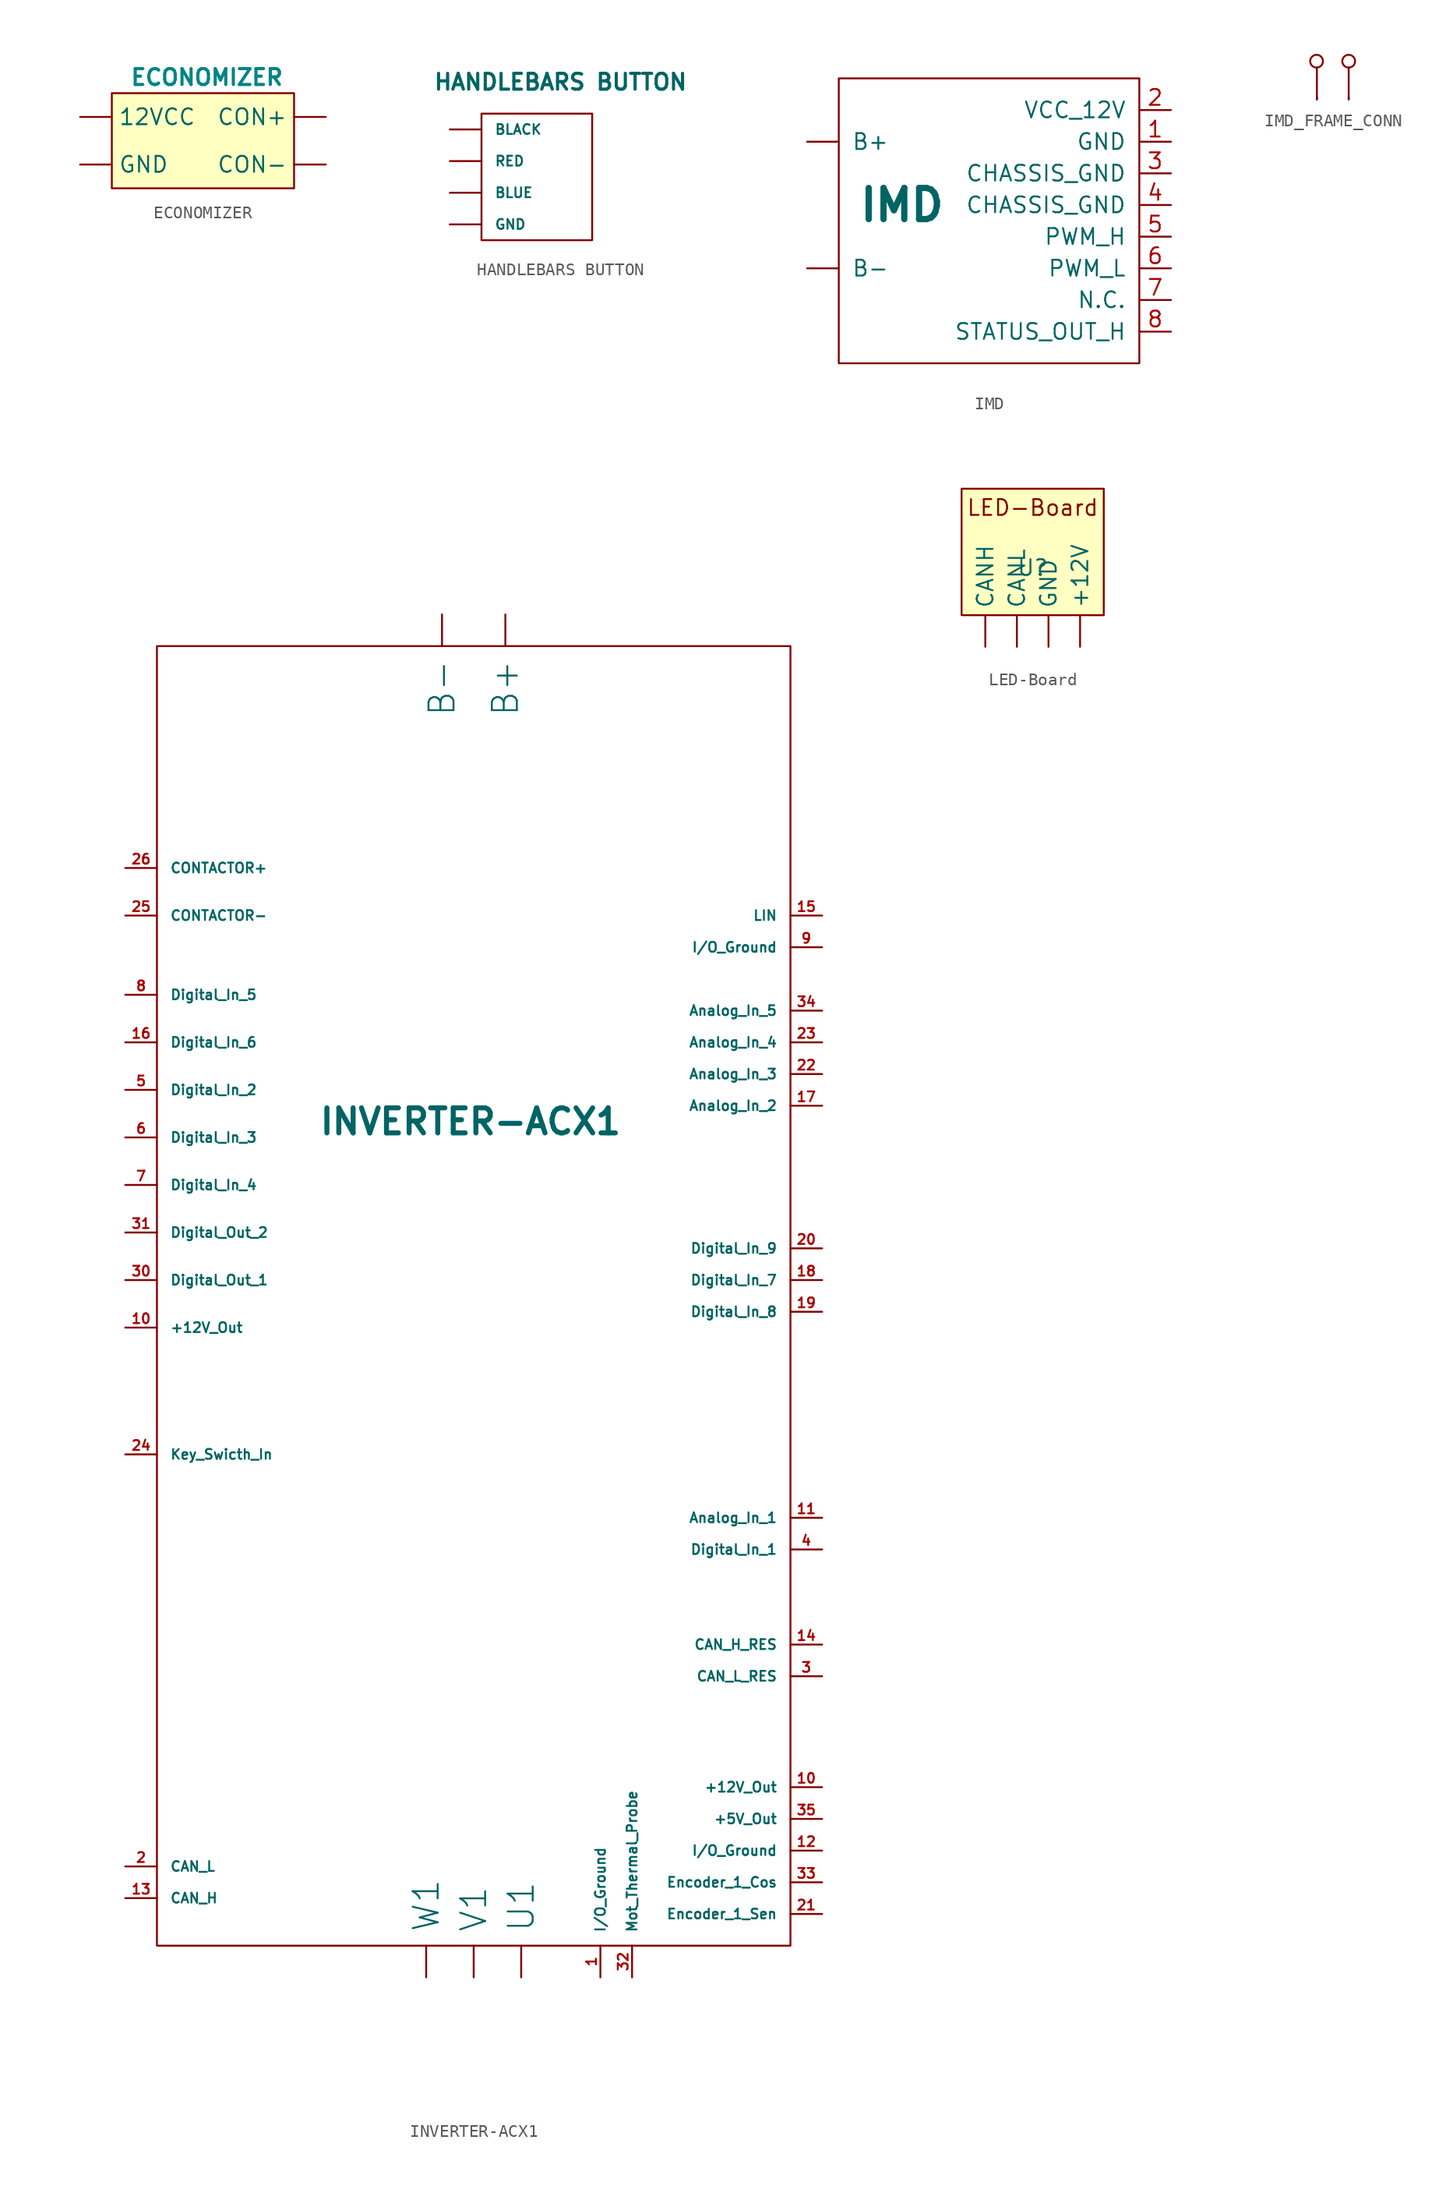
<source format=kicad_sym>
(kicad_symbol_lib
  (version 20231120)
  (generator "kicad_symbol_editor")
  (generator_version "8.0")
  (symbol "ECONOMIZER"
    (property "Reference" "U"
      (at -3.81 0 0)
      (effects (font (size 1.27 1.27)) (hide yes)))
    (property "Value" ""
      (at -3.81 0 0)
      (effects (font (size 1.27 1.27))))
    (symbol "ECONOMIZER_1_1"
      (text "ECONOMIZER" (at 0 5.08 0) (effects (font (size 1.27 1.27) (bold yes) (color 0 132 132 1))))
      (text_box "" (at -7.62 3.81 0) (size 14.605 -7.62) (stroke (width 0) (type default)) (fill (type color) (color 255 255 194 1)) (effects (font (size 1.27 1.27)) (justify left top)))
      (pin passive line (at -10.16 1.905 0) (length 2.54) (name "12VCC" (effects (font (size 1.27 1.27)))) (number "" (effects (font (size 1.27 1.27)))))
      (pin passive line (at 9.525 1.905 180) (length 2.54) (name "CON+" (effects (font (size 1.27 1.27)))) (number "" (effects (font (size 1.27 1.27)))))
      (pin passive line (at 9.525 -1.905 180) (length 2.54) (name "CON-" (effects (font (size 1.27 1.27)))) (number "" (effects (font (size 1.27 1.27)))))
      (pin passive line (at -10.16 -1.905 0) (length 2.54) (name "GND" (effects (font (size 1.27 1.27)))) (number "" (effects (font (size 1.27 1.27)))))))
  (symbol "HANDLEBARS BUTTON"
    (pin_names
      (offset 1.016))
    (property "Reference" "H"
      (at 0 0 0)
      (effects (font (size 1.27 1.27)) (hide yes)))
    (property "Value" "HANDLEBARS BUTTON"
      (at 0 7.62 0)
      (effects (font (size 1.27 1.27) (bold yes))))
    (symbol "HANDLEBARS BUTTON_0_1"
      (rectangle (start -6.35 5.08) (end 2.54 -5.08) (stroke (width 0) (type default)) (fill (type none)))
      (rectangle (start -5.08 -3.81) (end -5.08 -3.81) (stroke (width 0) (type default)) (fill (type none))))
    (symbol "HANDLEBARS BUTTON_1_1"
      (pin input line (at -8.89 3.81 0) (length 2.54) (name "BLACK" (effects (font (size 0.787 0.787)))) (number "" (effects (font (size 0.787 0.787)))))
      (pin input line (at -8.89 -1.27 0) (length 2.54) (name "BLUE" (effects (font (size 0.787 0.787)))) (number "" (effects (font (size 0.787 0.787)))))
      (pin input line (at -8.89 -3.81 0) (length 2.54) (name "GND" (effects (font (size 0.787 0.787)))) (number "" (effects (font (size 0.787 0.787)))))
      (pin input line (at -8.89 1.27 0) (length 2.54) (name "RED" (effects (font (size 0.787 0.787)))) (number "" (effects (font (size 0.787 0.787)))))))
  (symbol "IMD"
    (pin_names
      (offset 1.016))
    (property "Reference" "U"
      (at -0.127 -3.683 0)
      (effects (font (size 1.27 1.27)) (hide yes)))
    (property "Value" "IMD"
      (at -6.35 0 0)
      (effects (font (size 2.5 2.5) (bold yes))))
    (symbol "IMD_0_1"
      (rectangle (start 12.7 10.16) (end -11.43 -12.7) (stroke (width 0) (type default)) (fill (type none))))
    (symbol "IMD_1_1"
      (pin input line (at -13.97 5.08 0) (length 2.54) (name "B+" (effects (font (size 1.27 1.27)))) (number "" (effects (font (size 1.27 1.27)))))
      (pin input line (at -13.97 -5.08 0) (length 2.54) (name "B-" (effects (font (size 1.27 1.27)))) (number "" (effects (font (size 1.27 1.27)))))
      (pin input line (at 15.24 5.08 180) (length 2.54) (name "GND" (effects (font (size 1.27 1.27)))) (number "1" (effects (font (size 1.27 1.27)))))
      (pin input line (at 15.24 7.62 180) (length 2.54) (name "VCC_12V" (effects (font (size 1.27 1.27)))) (number "2" (effects (font (size 1.27 1.27)))))
      (pin input line (at 15.24 2.54 180) (length 2.54) (name "CHASSIS_GND" (effects (font (size 1.27 1.27)))) (number "3" (effects (font (size 1.27 1.27)))))
      (pin input line (at 15.24 0 180) (length 2.54) (name "CHASSIS_GND" (effects (font (size 1.27 1.27)))) (number "4" (effects (font (size 1.27 1.27)))))
      (pin input line (at 15.24 -2.54 180) (length 2.54) (name "PWM_H" (effects (font (size 1.27 1.27)))) (number "5" (effects (font (size 1.27 1.27)))))
      (pin input line (at 15.24 -5.08 180) (length 2.54) (name "PWM_L" (effects (font (size 1.27 1.27)))) (number "6" (effects (font (size 1.27 1.27)))))
      (pin input line (at 15.24 -7.62 180) (length 2.54) (name "N.C." (effects (font (size 1.27 1.27)))) (number "7" (effects (font (size 1.27 1.27)))))
      (pin input line (at 15.24 -10.16 180) (length 2.54) (name "STATUS_OUT_H" (effects (font (size 1.27 1.27)))) (number "8" (effects (font (size 1.27 1.27)))))))
  (symbol "IMD_FRAME_CONN"
    (property "Reference" "U"
      (at -1.27 8.89 0)
      (effects (font (size 1.27 1.27)) (hide yes)))
    (symbol "IMD_FRAME_CONN_0_1"
      (circle (center -1.295 3.048) (radius 0.51) (stroke (width 0) (type default)) (fill (type none)))
      (polyline (pts (xy -1.27 0) (xy -1.27 2.54)) (stroke (width 0) (type default)) (fill (type none)))
      (polyline (pts (xy 1.27 0) (xy 1.27 2.54)) (stroke (width 0) (type default)) (fill (type none)))
      (circle (center 1.27 3.048) (radius 0.51) (stroke (width 0) (type default)) (fill (type none))))
    (symbol "IMD_FRAME_CONN_1_1"
      (pin input line (at -1.27 0 90) (length 0.2) (name "" (effects (font (size 1.27 1.27)))) (number "" (effects (font (size 1.27 1.27)))))
      (pin input line (at 1.27 0 90) (length 0.2) (name "" (effects (font (size 1.27 1.27)))) (number "" (effects (font (size 1.27 1.27)))))))
  (symbol "INVERTER-ACX1"
    (pin_names
      (offset 1.016))
    (property "Reference" "U"
      (at -0.254 8.89 0)
      (effects (font (size 1.27 1.27)) (hide yes)))
    (property "Value" "INVERTER-ACX1"
      (at -0.254 8.89 0)
      (effects (font (size 2.007 2.007) (bold yes))))
    (symbol "INVERTER-ACX1_0_1"
      (rectangle (start -25.4 46.99) (end 25.4 -57.15) (stroke (width 0) (type default)) (fill (type none))))
    (symbol "INVERTER-ACX1_1_1"
      (pin power_out line (at 2.54 49.53 270) (length 2.54) (name "B+" (effects (font (size 2.007 2.007)))) (number "" (effects (font (size 0 0)))))
      (pin power_out line (at -2.54 49.53 270) (length 2.54) (name "B-" (effects (font (size 2.007 2.007)))) (number "" (effects (font (size 0 0)))))
      (pin input line (at 10.16 -59.69 90) (length 2.54) (name "I/O_Ground" (effects (font (size 0.787 0.787)))) (number "1" (effects (font (size 0.787 0.787)))))
      (pin input line (at -27.94 -7.62 0) (length 2.54) (name "+12V_Out" (effects (font (size 0.787 0.787)))) (number "10" (effects (font (size 0.787 0.787)))))
      (pin input line (at 27.94 -44.45 180) (length 2.54) (name "+12V_Out" (effects (font (size 0.787 0.787)))) (number "10" (effects (font (size 0.787 0.787)))))
      (pin input line (at 27.94 -22.86 180) (length 2.54) (name "Analog_In_1" (effects (font (size 0.787 0.787)))) (number "11" (effects (font (size 0.787 0.787)))))
      (pin input line (at 27.94 -49.53 180) (length 2.54) (name "I/O_Ground" (effects (font (size 0.787 0.787)))) (number "12" (effects (font (size 0.787 0.787)))))
      (pin input line (at -27.94 -53.34 0) (length 2.54) (name "CAN_H" (effects (font (size 0.787 0.787)))) (number "13" (effects (font (size 0.787 0.787)))))
      (pin input line (at 27.94 -33.02 180) (length 2.54) (name "CAN_H_RES" (effects (font (size 0.787 0.787)))) (number "14" (effects (font (size 0.787 0.787)))))
      (pin input line (at 27.94 25.4 180) (length 2.54) (name "LIN" (effects (font (size 0.787 0.787)))) (number "15" (effects (font (size 0.787 0.787)))))
      (pin input line (at -27.94 15.24 0) (length 2.54) (name "Digital_In_6" (effects (font (size 0.787 0.787)))) (number "16" (effects (font (size 0.787 0.787)))))
      (pin input line (at 27.94 10.16 180) (length 2.54) (name "Analog_In_2" (effects (font (size 0.787 0.787)))) (number "17" (effects (font (size 0.787 0.787)))))
      (pin input line (at 27.94 -3.81 180) (length 2.54) (name "Digital_In_7" (effects (font (size 0.787 0.787)))) (number "18" (effects (font (size 0.787 0.787)))))
      (pin input line (at 27.94 -6.35 180) (length 2.54) (name "Digital_In_8" (effects (font (size 0.787 0.787)))) (number "19" (effects (font (size 0.787 0.787)))))
      (pin input line (at -27.94 -50.8 0) (length 2.54) (name "CAN_L" (effects (font (size 0.787 0.787)))) (number "2" (effects (font (size 0.787 0.787)))))
      (pin input line (at 27.94 -1.27 180) (length 2.54) (name "Digital_In_9" (effects (font (size 0.787 0.787)))) (number "20" (effects (font (size 0.787 0.787)))))
      (pin input line (at 27.94 -54.61 180) (length 2.54) (name "Encoder_1_Sen" (effects (font (size 0.787 0.787)))) (number "21" (effects (font (size 0.787 0.787)))))
      (pin input line (at 27.94 12.7 180) (length 2.54) (name "Analog_In_3" (effects (font (size 0.787 0.787)))) (number "22" (effects (font (size 0.787 0.787)))))
      (pin input line (at 27.94 15.24 180) (length 2.54) (name "Analog_In_4" (effects (font (size 0.787 0.787)))) (number "23" (effects (font (size 0.787 0.787)))))
      (pin input line (at -27.94 -17.78 0) (length 2.54) (name "Key_Swicth_In" (effects (font (size 0.787 0.787)))) (number "24" (effects (font (size 0.787 0.787)))))
      (pin input line (at -27.94 25.4 0) (length 2.54) (name "CONTACTOR-" (effects (font (size 0.787 0.787)))) (number "25" (effects (font (size 0.787 0.787)))))
      (pin input line (at -27.94 29.21 0) (length 2.54) (name "CONTACTOR+" (effects (font (size 0.787 0.787)))) (number "26" (effects (font (size 0.787 0.787)))))
      (pin input line (at 27.94 -35.56 180) (length 2.54) (name "CAN_L_RES" (effects (font (size 0.787 0.787)))) (number "3" (effects (font (size 0.787 0.787)))))
      (pin input line (at -27.94 -3.81 0) (length 2.54) (name "Digital_Out_1" (effects (font (size 0.787 0.787)))) (number "30" (effects (font (size 0.787 0.787)))))
      (pin input line (at -27.94 0 0) (length 2.54) (name "Digital_Out_2" (effects (font (size 0.787 0.787)))) (number "31" (effects (font (size 0.787 0.787)))))
      (pin input line (at 12.7 -59.69 90) (length 2.54) (name "Mot_Thermal_Probe" (effects (font (size 0.787 0.787)))) (number "32" (effects (font (size 0.787 0.787)))))
      (pin input line (at 27.94 -52.07 180) (length 2.54) (name "Encoder_1_Cos" (effects (font (size 0.787 0.787)))) (number "33" (effects (font (size 0.787 0.787)))))
      (pin input line (at 27.94 17.78 180) (length 2.54) (name "Analog_In_5" (effects (font (size 0.787 0.787)))) (number "34" (effects (font (size 0.787 0.787)))))
      (pin input line (at 27.94 -46.99 180) (length 2.54) (name "+5V_Out" (effects (font (size 0.787 0.787)))) (number "35" (effects (font (size 0.787 0.787)))))
      (pin input line (at 27.94 -25.4 180) (length 2.54) (name "Digital_In_1" (effects (font (size 0.787 0.787)))) (number "4" (effects (font (size 0.787 0.787)))))
      (pin input line (at -27.94 11.43 0) (length 2.54) (name "Digital_In_2" (effects (font (size 0.787 0.787)))) (number "5" (effects (font (size 0.787 0.787)))))
      (pin input line (at -27.94 7.62 0) (length 2.54) (name "Digital_In_3" (effects (font (size 0.787 0.787)))) (number "6" (effects (font (size 0.787 0.787)))))
      (pin input line (at -27.94 3.81 0) (length 2.54) (name "Digital_In_4" (effects (font (size 0.787 0.787)))) (number "7" (effects (font (size 0.787 0.787)))))
      (pin input line (at -27.94 19.05 0) (length 2.54) (name "Digital_In_5" (effects (font (size 0.787 0.787)))) (number "8" (effects (font (size 0.787 0.787)))))
      (pin input line (at 27.94 22.86 180) (length 2.54) (name "I/O_Ground" (effects (font (size 0.787 0.787)))) (number "9" (effects (font (size 0.787 0.787)))))
      (pin input line (at 3.81 -59.69 90) (length 2.54) (name "U1" (effects (font (size 2.007 2.007)))) (number "~" (effects (font (size 0 0)))))
      (pin input line (at 0 -59.69 90) (length 2.54) (name "V1" (effects (font (size 2.007 2.007)))) (number "~" (effects (font (size 0 0)))))
      (pin input line (at -3.81 -59.69 90) (length 2.54) (name "W1" (effects (font (size 2.007 2.007)))) (number "~" (effects (font (size 0 0)))))))
  (symbol "LED-Board"
    (property "Reference" "U"
      (at 0 -1.27 0)
      (effects (font (size 1.27 1.27))))
    (property "Value" ""
      (at 0 -1.27 0)
      (effects (font (size 1.27 1.27))))
    (symbol "LED-Board_1_1"
      (rectangle (start -5.715 5.08) (end 5.715 -5.08) (stroke (width 0) (type default)) (fill (type background)))
      (text "LED-Board" (at 0 3.556 0) (effects (font (size 1.27 1.27))))
      (pin input line (at 3.81 -7.62 90) (length 2.54) (name "+12V" (effects (font (size 1.27 1.27)))) (number "" (effects (font (size 1.27 1.27)))))
      (pin input line (at -3.81 -7.62 90) (length 2.54) (name "CANH" (effects (font (size 1.27 1.27)))) (number "" (effects (font (size 1.27 1.27)))))
      (pin input line (at -1.27 -7.62 90) (length 2.54) (name "CANL" (effects (font (size 1.27 1.27)))) (number "" (effects (font (size 1.27 1.27)))))
      (pin input line (at 1.27 -7.62 90) (length 2.54) (name "GND" (effects (font (size 1.27 1.27)))) (number "" (effects (font (size 1.27 1.27))))))))
</source>
